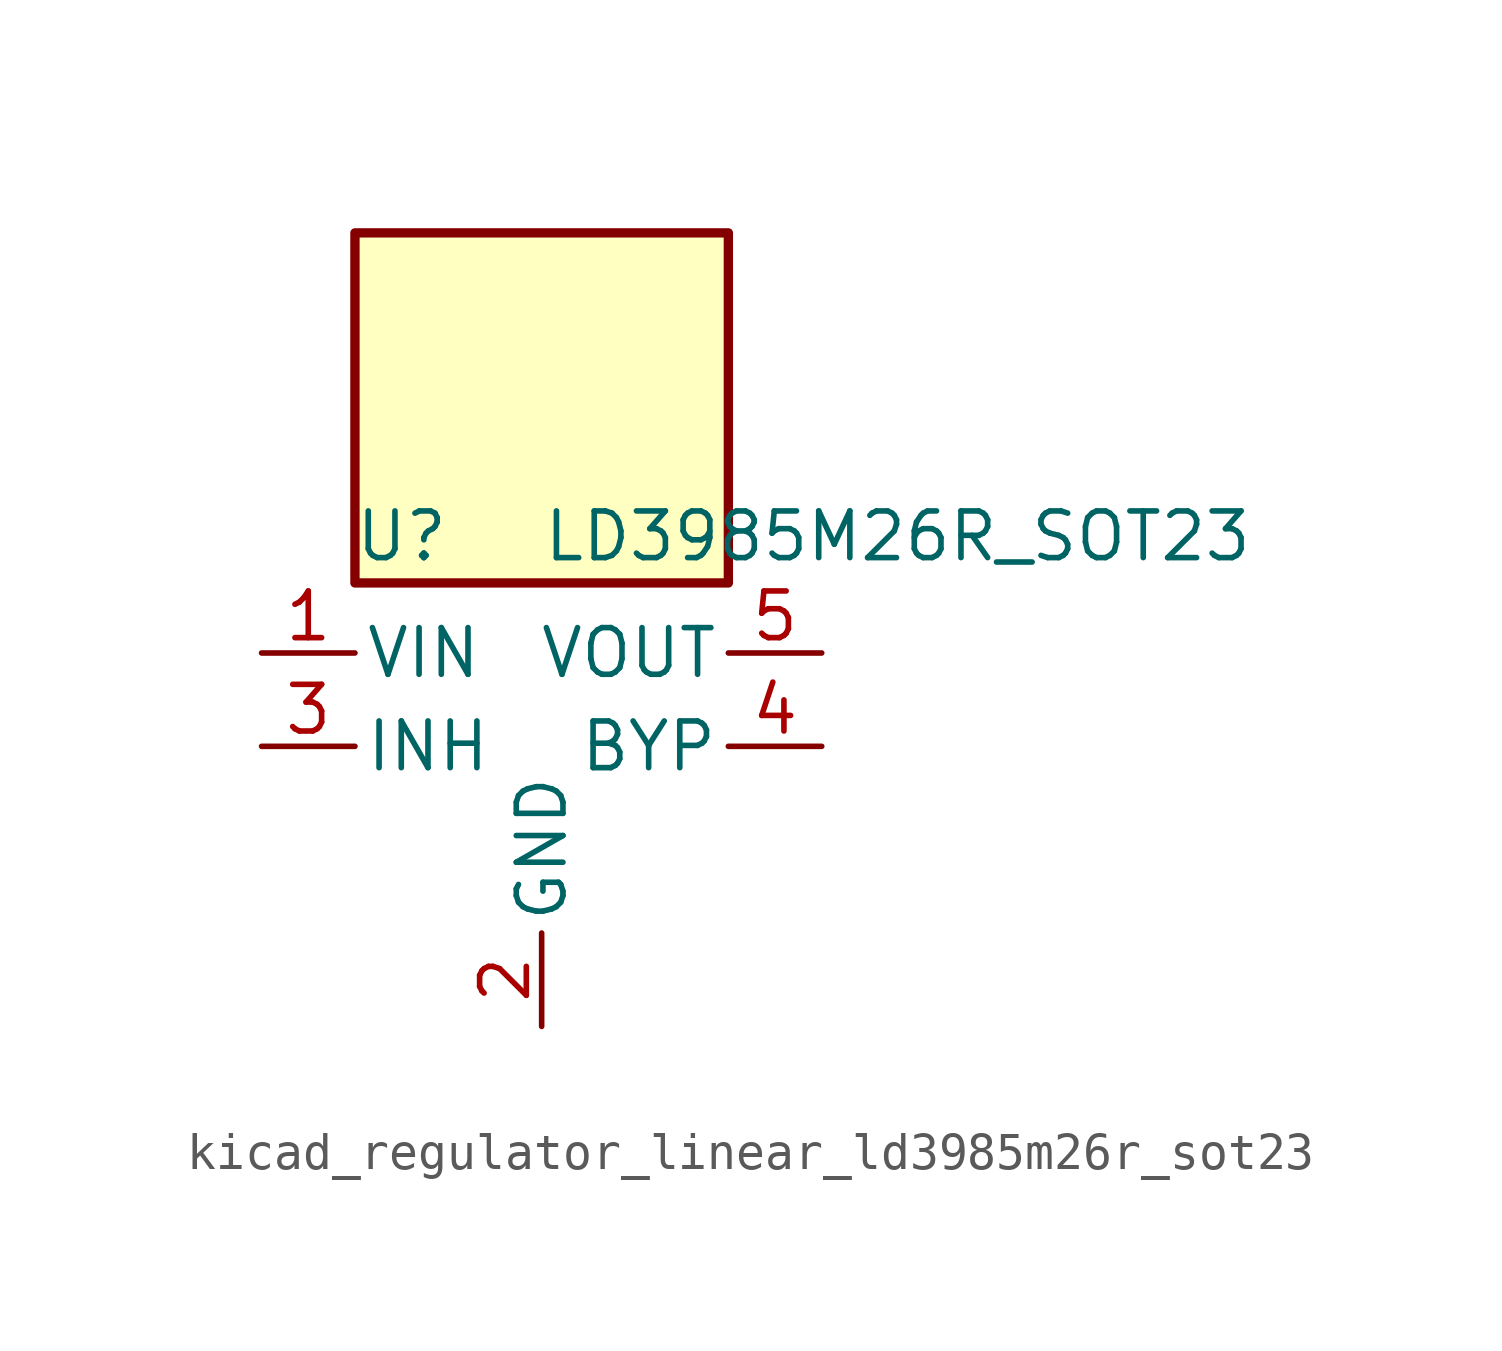
<source format=kicad_sym>
(kicad_symbol_lib
  (version 20220914)
  (generator kicad_symbol_editor)
  (symbol "kicad_regulator_linear_ld3985m26r_sot23"
    (pin_names
      (offset 0.254))
    (property "Reference" "U"
      (at -3.81 5.715 0)
      (effects (font (size 1.27 1.27))))
    (property "Value" "LD3985M26R_SOT23"
      (at 0 5.715 0)
      (effects (font (size 1.27 1.27)) (justify left)))
    (symbol "kicad_regulator_linear_ld3985m26r_sot23_0_1"
      (rectangle (start 5.08 13.97) (end -5.08 4.445) (stroke (width 0.254) (type default)) (fill (type background))))
    (symbol "kicad_regulator_linear_ld3985m26r_sot23_1_1"
      (pin power_in line (at -7.62 2.54 0) (length 2.54) (name "VIN" (effects (font (size 1.27 1.27)))) (number "1" (effects (font (size 1.27 1.27)))))
      (pin power_in line (at 0 -7.62 90) (length 2.54) (name "GND" (effects (font (size 1.27 1.27)))) (number "2" (effects (font (size 1.27 1.27)))))
      (pin input line (at -7.62 0 0) (length 2.54) (name "INH" (effects (font (size 1.27 1.27)))) (number "3" (effects (font (size 1.27 1.27)))))
      (pin input line (at 7.62 0 180) (length 2.54) (name "BYP" (effects (font (size 1.27 1.27)))) (number "4" (effects (font (size 1.27 1.27)))))
      (pin power_out line (at 7.62 2.54 180) (length 2.54) (name "VOUT" (effects (font (size 1.27 1.27)))) (number "5" (effects (font (size 1.27 1.27))))))))
</source>
